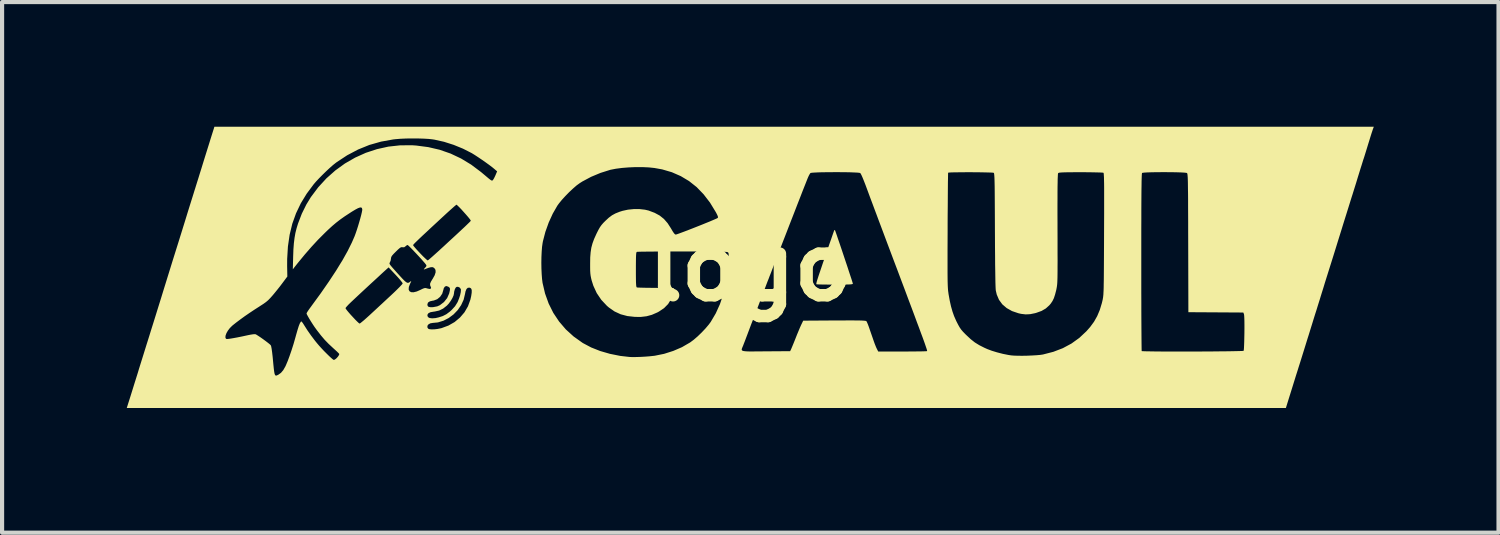
<source format=kicad_pcb>
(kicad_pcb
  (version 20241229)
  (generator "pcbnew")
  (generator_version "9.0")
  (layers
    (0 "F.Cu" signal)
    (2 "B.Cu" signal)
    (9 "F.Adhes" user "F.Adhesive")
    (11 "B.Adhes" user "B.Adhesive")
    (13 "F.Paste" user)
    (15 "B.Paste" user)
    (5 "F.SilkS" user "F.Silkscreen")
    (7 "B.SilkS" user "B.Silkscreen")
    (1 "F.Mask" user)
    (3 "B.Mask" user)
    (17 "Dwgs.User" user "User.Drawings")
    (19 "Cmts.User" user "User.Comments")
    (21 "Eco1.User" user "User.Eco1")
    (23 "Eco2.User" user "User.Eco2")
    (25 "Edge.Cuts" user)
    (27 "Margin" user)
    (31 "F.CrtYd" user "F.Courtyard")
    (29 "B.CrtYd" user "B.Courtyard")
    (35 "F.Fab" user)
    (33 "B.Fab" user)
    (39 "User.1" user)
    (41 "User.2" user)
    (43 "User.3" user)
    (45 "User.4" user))
  (footprint "logo"
    (layer "F.Cu")
    (at 15.002 3.376)
    (property "Reference" "logo" (at 0 0 0) (layer "F.SilkS") (effects (font (size 1.5 1.5) (thickness 0.3))))
    (attr board_only exclude_from_pos_files exclude_from_bom)
    (fp_poly (pts (xy 2.045 -0.873) (xy 2.06 -0.831) (xy 2.083 -0.766) (xy 2.111 -0.682) (xy 2.145 -0.584) (xy 2.182 -0.475) (xy 2.221 -0.359) (xy 2.261 -0.239) (xy 2.301 -0.119) (xy 2.34 -0.003) (xy 2.375 0.105) (xy 2.407 0.202) (xy 2.434 0.283) (xy 2.454 0.346) (xy 2.466 0.386) (xy 2.47 0.4) (xy 2.465 0.407) (xy 2.45 0.412) (xy 2.42 0.416) (xy 2.374 0.419) (xy 2.306 0.42) (xy 2.216 0.422) (xy 2.099 0.422) (xy 2.035 0.422) (xy 1.921 0.422) (xy 1.818 0.421) (xy 1.729 0.42) (xy 1.659 0.418) (xy 1.612 0.416) (xy 1.591 0.414) (xy 1.591 0.413) (xy 1.591 0.395) (xy 1.599 0.357) (xy 1.611 0.316) (xy 1.627 0.266) (xy 1.65 0.195) (xy 1.68 0.107) (xy 1.714 0.006) (xy 1.751 -0.104) (xy 1.791 -0.219) (xy 1.831 -0.336) (xy 1.87 -0.451) (xy 1.908 -0.561) (xy 1.943 -0.66) (xy 1.973 -0.747) (xy 1.997 -0.816) (xy 2.014 -0.864) (xy 2.023 -0.887) (xy 2.024 -0.888) (xy 2.038 -0.89)) (stroke (width 0) (type solid)) (fill yes) (layer "F.SilkS"))
    (fp_poly (pts (xy 14.983 -3.318) (xy 14.972 -3.284) (xy 14.953 -3.227) (xy 14.929 -3.151) (xy 14.902 -3.063) (xy 14.873 -2.97) (xy 14.844 -2.875) (xy 14.817 -2.787) (xy 14.793 -2.71) (xy 14.775 -2.652) (xy 14.764 -2.618) (xy 14.752 -2.584) (xy 14.734 -2.525) (xy 14.71 -2.448) (xy 14.682 -2.36) (xy 14.653 -2.266) (xy 14.618 -2.153) (xy 14.578 -2.021) (xy 14.535 -1.884) (xy 14.494 -1.752) (xy 14.466 -1.665) (xy 14.434 -1.562) (xy 14.395 -1.437) (xy 14.352 -1.299) (xy 14.307 -1.156) (xy 14.263 -1.015) (xy 14.232 -0.914) (xy 14.143 -0.629) (xy 14.062 -0.367) (xy 13.985 -0.121) (xy 13.911 0.114) (xy 13.856 0.289) (xy 13.827 0.381) (xy 13.799 0.474) (xy 13.773 0.558) (xy 13.752 0.624) (xy 13.747 0.641) (xy 13.73 0.695) (xy 13.707 0.772) (xy 13.678 0.863) (xy 13.648 0.96) (xy 13.626 1.032) (xy 13.596 1.125) (xy 13.56 1.24) (xy 13.52 1.37) (xy 13.478 1.505) (xy 13.437 1.638) (xy 13.411 1.719) (xy 13.37 1.852) (xy 13.325 1.997) (xy 13.279 2.144) (xy 13.235 2.286) (xy 13.195 2.411) (xy 13.177 2.47) (xy 13.138 2.592) (xy 13.096 2.727) (xy 13.053 2.865) (xy 13.013 2.994) (xy 12.98 3.099) (xy 12.889 3.392) (xy -1.057 3.392) (xy -15.002 3.392) (xy -14.919 3.13) (xy -14.891 3.04) (xy -14.856 2.928) (xy -14.817 2.802) (xy -14.775 2.669) (xy -14.734 2.538) (xy -14.709 2.454) (xy -14.672 2.335) (xy -14.635 2.217) (xy -14.6 2.105) (xy -14.569 2.005) (xy -14.544 1.925) (xy -14.529 1.876) (xy -14.5 1.785) (xy -14.471 1.692) (xy -12.629 1.692) (xy -12.616 1.723) (xy -12.605 1.73) (xy -12.579 1.731) (xy -12.525 1.725) (xy -12.446 1.712) (xy -12.347 1.694) (xy -12.228 1.67) (xy -12.094 1.641) (xy -12.086 1.639) (xy -12.018 1.626) (xy -11.959 1.617) (xy -11.918 1.615) (xy -11.906 1.616) (xy -11.881 1.628) (xy -11.837 1.656) (xy -11.781 1.693) (xy -11.719 1.737) (xy -11.658 1.782) (xy -11.603 1.824) (xy -11.56 1.859) (xy -11.537 1.881) (xy -11.527 1.908) (xy -11.516 1.966) (xy -11.504 2.052) (xy -11.491 2.165) (xy -11.487 2.208) (xy -11.475 2.335) (xy -11.465 2.434) (xy -11.456 2.507) (xy -11.447 2.559) (xy -11.436 2.592) (xy -11.424 2.608) (xy -11.407 2.612) (xy -11.387 2.606) (xy -11.36 2.593) (xy -11.351 2.588) (xy -11.291 2.545) (xy -11.236 2.48) (xy -11.184 2.389) (xy -11.171 2.36) (xy -11.13 2.263) (xy -11.085 2.142) (xy -11.037 2.003) (xy -10.989 1.852) (xy -10.944 1.695) (xy -10.927 1.633) (xy -10.892 1.511) (xy -10.863 1.419) (xy -10.837 1.354) (xy -10.814 1.317) (xy -10.804 1.307) (xy -10.791 1.316) (xy -10.767 1.346) (xy -10.737 1.393) (xy -10.725 1.412) (xy -10.655 1.522) (xy -10.569 1.645) (xy -10.473 1.772) (xy -10.425 1.831) (xy -10.375 1.89) (xy -10.317 1.954) (xy -10.255 2.02) (xy -10.192 2.083) (xy -10.133 2.141) (xy -10.082 2.188) (xy -10.043 2.221) (xy -10.02 2.235) (xy -10.018 2.235) (xy -9.992 2.224) (xy -9.958 2.197) (xy -9.925 2.161) (xy -9.9 2.125) (xy -9.888 2.097) (xy -9.89 2.089) (xy -9.906 2.071) (xy -9.94 2.037) (xy -9.988 1.993) (xy -10.043 1.943) (xy -10.147 1.846) (xy -10.24 1.75) (xy -10.329 1.645) (xy -10.424 1.523) (xy -10.43 1.515) (xy -10.474 1.454) (xy -10.478 1.449) (xy -7.769 1.449) (xy -7.75 1.482) (xy -7.719 1.495) (xy -7.666 1.5) (xy -7.597 1.498) (xy -7.521 1.489) (xy -7.444 1.473) (xy -7.427 1.469) (xy -7.262 1.408) (xy -7.113 1.323) (xy -6.984 1.215) (xy -6.876 1.089) (xy -6.792 0.945) (xy -6.734 0.786) (xy -6.714 0.698) (xy -6.702 0.617) (xy -6.701 0.561) (xy -6.71 0.525) (xy -6.731 0.504) (xy -6.752 0.496) (xy -6.794 0.498) (xy -6.827 0.528) (xy -6.851 0.587) (xy -6.863 0.649) (xy -6.896 0.786) (xy -6.956 0.916) (xy -7.038 1.035) (xy -7.139 1.14) (xy -7.255 1.226) (xy -7.381 1.291) (xy -7.515 1.332) (xy -7.639 1.344) (xy -7.697 1.354) (xy -7.741 1.378) (xy -7.766 1.411) (xy -7.769 1.449) (xy -10.478 1.449) (xy -10.521 1.385) (xy -10.567 1.313) (xy -10.609 1.245) (xy -10.643 1.186) (xy -10.667 1.141) (xy -10.676 1.115) (xy -10.676 1.115) (xy -10.667 1.096) (xy -10.643 1.057) (xy -10.607 1.005) (xy -10.596 0.99) (xy -9.738 0.99) (xy -9.728 1.009) (xy -9.7 1.046) (xy -9.66 1.094) (xy -9.611 1.15) (xy -9.558 1.207) (xy -9.507 1.262) (xy -9.46 1.309) (xy -9.424 1.343) (xy -9.402 1.359) (xy -9.399 1.36) (xy -9.381 1.35) (xy -9.345 1.321) (xy -9.293 1.278) (xy -9.231 1.223) (xy -9.168 1.166) (xy -7.768 1.166) (xy -7.755 1.203) (xy -7.716 1.226) (xy -7.654 1.234) (xy -7.573 1.228) (xy -7.498 1.211) (xy -7.398 1.179) (xy -7.312 1.135) (xy -7.229 1.073) (xy -7.181 1.029) (xy -7.102 0.942) (xy -7.045 0.85) (xy -7.036 0.831) (xy -7.005 0.753) (xy -6.98 0.675) (xy -6.965 0.604) (xy -6.961 0.549) (xy -6.964 0.529) (xy -6.99 0.494) (xy -7.031 0.475) (xy -7.065 0.477) (xy -7.089 0.498) (xy -7.11 0.541) (xy -7.124 0.594) (xy -7.128 0.633) (xy -7.138 0.682) (xy -7.165 0.744) (xy -7.205 0.812) (xy -7.252 0.877) (xy -7.298 0.927) (xy -7.389 0.999) (xy -7.484 1.046) (xy -7.591 1.07) (xy -7.615 1.073) (xy -7.692 1.086) (xy -7.741 1.109) (xy -7.765 1.143) (xy -7.768 1.166) (xy -9.168 1.166) (xy -9.161 1.16) (xy -9.155 1.154) (xy -9.075 1.08) (xy -8.98 0.992) (xy -8.879 0.898) (xy -7.768 0.898) (xy -7.762 0.936) (xy -7.738 0.958) (xy -7.692 0.966) (xy -7.632 0.965) (xy -7.531 0.946) (xy -7.468 0.918) (xy -7.369 0.842) (xy -7.293 0.747) (xy -7.244 0.636) (xy -7.228 0.567) (xy -7.224 0.525) (xy -7.232 0.499) (xy -7.256 0.478) (xy -7.259 0.476) (xy -7.307 0.457) (xy -7.345 0.468) (xy -7.373 0.507) (xy -7.384 0.55) (xy -7.411 0.641) (xy -7.462 0.716) (xy -7.531 0.773) (xy -7.613 0.805) (xy -7.64 0.809) (xy -7.709 0.825) (xy -7.753 0.854) (xy -7.768 0.896) (xy -7.768 0.898) (xy -8.879 0.898) (xy -8.876 0.896) (xy -8.771 0.798) (xy -8.673 0.707) (xy -8.648 0.684) (xy -8.569 0.61) (xy -8.499 0.542) (xy -8.44 0.483) (xy -8.396 0.436) (xy -8.369 0.405) (xy -8.363 0.393) (xy -8.373 0.373) (xy -8.402 0.336) (xy -8.444 0.285) (xy -8.498 0.225) (xy -8.532 0.188) (xy -8.701 0.008) (xy -8.779 0.078) (xy -8.822 0.117) (xy -8.883 0.173) (xy -8.959 0.244) (xy -9.046 0.324) (xy -9.14 0.41) (xy -9.236 0.499) (xy -9.331 0.587) (xy -9.42 0.67) (xy -9.5 0.745) (xy -9.566 0.807) (xy -9.615 0.853) (xy -9.617 0.855) (xy -9.667 0.904) (xy -9.706 0.946) (xy -9.732 0.977) (xy -9.738 0.99) (xy -10.596 0.99) (xy -10.562 0.944) (xy -10.558 0.938) (xy -10.336 0.634) (xy -10.139 0.35) (xy -9.965 0.086) (xy -9.861 -0.084) (xy -8.68 -0.084) (xy -8.671 -0.063) (xy -8.648 -0.032) (xy -8.608 0.015) (xy -8.584 0.042) (xy -8.493 0.144) (xy -8.42 0.224) (xy -8.363 0.286) (xy -8.319 0.33) (xy -8.285 0.359) (xy -8.259 0.375) (xy -8.238 0.38) (xy -8.22 0.377) (xy -8.201 0.366) (xy -8.181 0.351) (xy -8.162 0.339) (xy -8.157 0.34) (xy -8.165 0.361) (xy -8.184 0.4) (xy -8.214 0.478) (xy -8.219 0.538) (xy -8.2 0.581) (xy -8.16 0.604) (xy -8.101 0.607) (xy -8.024 0.588) (xy -7.942 0.552) (xy -7.886 0.524) (xy -7.848 0.509) (xy -7.819 0.504) (xy -7.791 0.509) (xy -7.768 0.516) (xy -7.716 0.527) (xy -7.686 0.52) (xy -7.68 0.495) (xy -7.689 0.472) (xy -7.703 0.435) (xy -7.702 0.397) (xy -7.683 0.352) (xy -7.647 0.292) (xy -7.642 0.285) (xy -7.593 0.198) (xy -7.57 0.126) (xy -7.573 0.068) (xy -7.595 0.033) (xy -7.62 0.012) (xy -7.648 0.002) (xy -7.685 0.004) (xy -7.736 0.017) (xy -7.808 0.043) (xy -7.839 0.055) (xy -7.854 0.059) (xy -7.85 0.047) (xy -7.825 0.019) (xy -7.798 -0.013) (xy -7.79 -0.034) (xy -7.799 -0.055) (xy -7.804 -0.062) (xy -7.828 -0.093) (xy -7.836 -0.102) (xy -5.026 -0.102) (xy -5.024 0.038) (xy -5.018 0.17) (xy -5.009 0.287) (xy -4.997 0.38) (xy -4.937 0.636) (xy -4.85 0.878) (xy -4.738 1.103) (xy -4.599 1.311) (xy -4.437 1.5) (xy -4.25 1.67) (xy -4.041 1.819) (xy -4.022 1.831) (xy -3.828 1.934) (xy -3.611 2.02) (xy -3.376 2.088) (xy -3.127 2.138) (xy -2.907 2.163) (xy -2.839 2.166) (xy -2.747 2.165) (xy -2.643 2.162) (xy -2.533 2.156) (xy -2.428 2.148) (xy -2.335 2.138) (xy -2.298 2.134) (xy -2.072 2.088) (xy -1.852 2.018) (xy -1.761 1.979) (xy -0.205 1.979) (xy -0.203 1.997) (xy -0.19 2.011) (xy -0.164 2.02) (xy -0.122 2.026) (xy -0.06 2.03) (xy 0.022 2.031) (xy 0.129 2.03) (xy 0.263 2.029) (xy 0.378 2.028) (xy 0.96 2.024) (xy 0.98 1.985) (xy 0.992 1.957) (xy 1.013 1.907) (xy 1.041 1.839) (xy 1.073 1.76) (xy 1.092 1.712) (xy 1.127 1.623) (xy 1.163 1.537) (xy 1.195 1.46) (xy 1.221 1.402) (xy 1.23 1.383) (xy 1.275 1.29) (xy 2.026 1.285) (xy 2.203 1.285) (xy 2.35 1.284) (xy 2.471 1.284) (xy 2.569 1.285) (xy 2.645 1.286) (xy 2.703 1.288) (xy 2.744 1.291) (xy 2.772 1.294) (xy 2.789 1.299) (xy 2.797 1.304) (xy 2.809 1.327) (xy 2.829 1.373) (xy 2.852 1.434) (xy 2.868 1.48) (xy 2.912 1.607) (xy 2.947 1.708) (xy 2.974 1.786) (xy 2.996 1.847) (xy 3.014 1.892) (xy 3.028 1.927) (xy 3.041 1.955) (xy 3.047 1.968) (xy 3.08 2.032) (xy 3.663 2.032) (xy 3.795 2.032) (xy 3.917 2.031) (xy 4.026 2.03) (xy 4.117 2.029) (xy 4.188 2.027) (xy 4.235 2.025) (xy 4.255 2.023) (xy 4.255 2.023) (xy 4.256 2.019) (xy 4.256 2.01) (xy 4.252 1.994) (xy 4.245 1.97) (xy 4.234 1.937) (xy 4.219 1.893) (xy 4.2 1.837) (xy 4.175 1.767) (xy 4.144 1.682) (xy 4.106 1.581) (xy 4.062 1.461) (xy 4.01 1.323) (xy 3.951 1.163) (xy 3.883 0.981) (xy 3.805 0.775) (xy 3.719 0.544) (xy 3.622 0.287) (xy 3.532 0.047) (xy 3.478 -0.095) (xy 4.748 -0.095) (xy 4.748 0.042) (xy 4.748 0.159) (xy 4.749 0.258) (xy 4.75 0.341) (xy 4.752 0.41) (xy 4.754 0.467) (xy 4.757 0.515) (xy 4.76 0.556) (xy 4.764 0.591) (xy 4.769 0.624) (xy 4.772 0.649) (xy 4.801 0.81) (xy 4.832 0.948) (xy 4.866 1.068) (xy 4.905 1.179) (xy 4.952 1.286) (xy 4.965 1.313) (xy 5.005 1.391) (xy 5.039 1.451) (xy 5.074 1.502) (xy 5.117 1.553) (xy 5.174 1.612) (xy 5.204 1.641) (xy 5.306 1.736) (xy 5.405 1.814) (xy 5.512 1.88) (xy 5.635 1.942) (xy 5.706 1.974) (xy 5.813 2.014) (xy 5.941 2.053) (xy 6.077 2.088) (xy 6.211 2.115) (xy 6.276 2.125) (xy 6.346 2.131) (xy 6.438 2.134) (xy 6.546 2.135) (xy 6.661 2.133) (xy 6.776 2.128) (xy 6.883 2.122) (xy 6.975 2.114) (xy 7.043 2.104) (xy 7.047 2.103) (xy 7.295 2.039) (xy 7.522 1.952) (xy 7.729 1.841) (xy 7.918 1.705) (xy 8.089 1.545) (xy 8.179 1.443) (xy 8.273 1.315) (xy 8.349 1.18) (xy 8.411 1.033) (xy 8.462 0.865) (xy 8.476 0.805) (xy 8.482 0.78) (xy 8.486 0.755) (xy 8.491 0.728) (xy 8.494 0.697) (xy 8.498 0.66) (xy 8.5 0.613) (xy 8.503 0.557) (xy 8.505 0.488) (xy 8.506 0.405) (xy 8.508 0.305) (xy 8.509 0.186) (xy 8.51 0.046) (xy 8.511 -0.116) (xy 8.511 -0.117) (xy 9.41 -0.117) (xy 9.41 0.139) (xy 9.41 0.386) (xy 9.41 0.622) (xy 9.411 0.846) (xy 9.411 1.056) (xy 9.412 1.251) (xy 9.413 1.427) (xy 9.414 1.585) (xy 9.415 1.721) (xy 9.416 1.834) (xy 9.417 1.922) (xy 9.418 1.983) (xy 9.419 2.016) (xy 9.42 2.022) (xy 9.438 2.024) (xy 9.484 2.026) (xy 9.555 2.028) (xy 9.649 2.029) (xy 9.762 2.031) (xy 9.892 2.032) (xy 10.036 2.032) (xy 10.191 2.033) (xy 10.353 2.033) (xy 10.521 2.033) (xy 10.69 2.032) (xy 10.859 2.032) (xy 11.025 2.031) (xy 11.184 2.03) (xy 11.333 2.028) (xy 11.47 2.027) (xy 11.591 2.025) (xy 11.695 2.023) (xy 11.777 2.021) (xy 11.836 2.019) (xy 11.867 2.017) (xy 11.872 2.015) (xy 11.877 1.993) (xy 11.881 1.944) (xy 11.884 1.875) (xy 11.887 1.789) (xy 11.889 1.693) (xy 11.891 1.59) (xy 11.892 1.487) (xy 11.892 1.389) (xy 11.891 1.299) (xy 11.889 1.225) (xy 11.886 1.17) (xy 11.882 1.14) (xy 11.882 1.137) (xy 11.865 1.094) (xy 11.204 1.09) (xy 10.543 1.086) (xy 10.539 -0.578) (xy 10.538 -0.843) (xy 10.538 -1.079) (xy 10.537 -1.287) (xy 10.536 -1.469) (xy 10.536 -1.626) (xy 10.535 -1.761) (xy 10.533 -1.876) (xy 10.532 -1.971) (xy 10.531 -2.049) (xy 10.529 -2.112) (xy 10.527 -2.161) (xy 10.524 -2.197) (xy 10.522 -2.224) (xy 10.518 -2.242) (xy 10.515 -2.254) (xy 10.511 -2.261) (xy 10.509 -2.263) (xy 10.486 -2.268) (xy 10.437 -2.273) (xy 10.365 -2.277) (xy 10.277 -2.28) (xy 10.175 -2.282) (xy 10.066 -2.283) (xy 9.952 -2.284) (xy 9.839 -2.283) (xy 9.731 -2.282) (xy 9.633 -2.28) (xy 9.549 -2.277) (xy 9.484 -2.273) (xy 9.442 -2.268) (xy 9.428 -2.263) (xy 9.426 -2.254) (xy 9.423 -2.229) (xy 9.421 -2.189) (xy 9.419 -2.132) (xy 9.417 -2.057) (xy 9.416 -1.962) (xy 9.414 -1.847) (xy 9.413 -1.71) (xy 9.412 -1.55) (xy 9.411 -1.366) (xy 9.411 -1.156) (xy 9.41 -0.92) (xy 9.41 -0.656) (xy 9.41 -0.362) (xy 9.41 -0.117) (xy 8.511 -0.117) (xy 8.512 -0.303) (xy 8.513 -0.517) (xy 8.514 -0.759) (xy 8.514 -0.796) (xy 8.515 -1.05) (xy 8.516 -1.275) (xy 8.516 -1.471) (xy 8.516 -1.642) (xy 8.516 -1.788) (xy 8.516 -1.91) (xy 8.515 -2.012) (xy 8.513 -2.094) (xy 8.512 -2.158) (xy 8.509 -2.206) (xy 8.507 -2.239) (xy 8.504 -2.259) (xy 8.5 -2.268) (xy 8.5 -2.269) (xy 8.48 -2.272) (xy 8.433 -2.275) (xy 8.361 -2.277) (xy 8.27 -2.279) (xy 8.163 -2.281) (xy 8.044 -2.282) (xy 7.954 -2.282) (xy 7.808 -2.282) (xy 7.691 -2.281) (xy 7.599 -2.28) (xy 7.529 -2.278) (xy 7.478 -2.275) (xy 7.444 -2.272) (xy 7.422 -2.267) (xy 7.411 -2.261) (xy 7.41 -2.259) (xy 7.406 -2.248) (xy 7.403 -2.221) (xy 7.401 -2.178) (xy 7.398 -2.117) (xy 7.397 -2.037) (xy 7.395 -1.935) (xy 7.394 -1.81) (xy 7.394 -1.661) (xy 7.393 -1.486) (xy 7.393 -1.284) (xy 7.394 -1.053) (xy 7.394 -0.919) (xy 7.395 -0.686) (xy 7.395 -0.481) (xy 7.395 -0.304) (xy 7.396 -0.151) (xy 7.395 -0.021) (xy 7.395 0.089) (xy 7.394 0.181) (xy 7.393 0.257) (xy 7.391 0.32) (xy 7.389 0.371) (xy 7.386 0.412) (xy 7.382 0.447) (xy 7.378 0.477) (xy 7.373 0.504) (xy 7.368 0.531) (xy 7.363 0.555) (xy 7.335 0.663) (xy 7.307 0.748) (xy 7.273 0.818) (xy 7.231 0.88) (xy 7.198 0.919) (xy 7.113 0.996) (xy 7.01 1.056) (xy 6.885 1.101) (xy 6.853 1.11) (xy 6.734 1.134) (xy 6.627 1.139) (xy 6.517 1.126) (xy 6.452 1.111) (xy 6.299 1.059) (xy 6.171 0.987) (xy 6.066 0.897) (xy 5.986 0.788) (xy 5.932 0.661) (xy 5.909 0.563) (xy 5.906 0.528) (xy 5.903 0.464) (xy 5.9 0.371) (xy 5.898 0.251) (xy 5.896 0.105) (xy 5.893 -0.065) (xy 5.892 -0.258) (xy 5.89 -0.472) (xy 5.889 -0.706) (xy 5.888 -0.896) (xy 5.887 -1.137) (xy 5.886 -1.348) (xy 5.885 -1.532) (xy 5.884 -1.69) (xy 5.883 -1.824) (xy 5.882 -1.936) (xy 5.88 -2.028) (xy 5.878 -2.102) (xy 5.876 -2.16) (xy 5.873 -2.203) (xy 5.87 -2.234) (xy 5.867 -2.253) (xy 5.863 -2.264) (xy 5.861 -2.267) (xy 5.84 -2.271) (xy 5.794 -2.274) (xy 5.725 -2.276) (xy 5.638 -2.278) (xy 5.539 -2.28) (xy 5.43 -2.281) (xy 5.317 -2.282) (xy 5.203 -2.282) (xy 5.094 -2.281) (xy 4.993 -2.28) (xy 4.906 -2.279) (xy 4.835 -2.277) (xy 4.786 -2.274) (xy 4.763 -2.271) (xy 4.762 -2.27) (xy 4.761 -2.253) (xy 4.76 -2.207) (xy 4.759 -2.135) (xy 4.757 -2.037) (xy 4.756 -1.918) (xy 4.755 -1.778) (xy 4.754 -1.621) (xy 4.753 -1.449) (xy 4.751 -1.263) (xy 4.75 -1.067) (xy 4.75 -0.891) (xy 4.749 -0.651) (xy 4.748 -0.439) (xy 4.748 -0.255) (xy 4.748 -0.095) (xy 3.478 -0.095) (xy 3.45 -0.169) (xy 3.371 -0.379) (xy 3.295 -0.581) (xy 3.223 -0.773) (xy 3.156 -0.952) (xy 3.094 -1.116) (xy 3.039 -1.264) (xy 2.99 -1.394) (xy 2.95 -1.502) (xy 2.918 -1.587) (xy 2.895 -1.648) (xy 2.883 -1.68) (xy 2.824 -1.84) (xy 2.775 -1.972) (xy 2.734 -2.077) (xy 2.701 -2.158) (xy 2.676 -2.214) (xy 2.657 -2.249) (xy 2.646 -2.263) (xy 2.623 -2.268) (xy 2.574 -2.273) (xy 2.502 -2.276) (xy 2.411 -2.28) (xy 2.307 -2.282) (xy 2.193 -2.283) (xy 2.074 -2.284) (xy 1.953 -2.283) (xy 1.837 -2.282) (xy 1.728 -2.281) (xy 1.631 -2.278) (xy 1.55 -2.274) (xy 1.49 -2.27) (xy 1.456 -2.265) (xy 1.45 -2.263) (xy 1.432 -2.239) (xy 1.408 -2.195) (xy 1.383 -2.139) (xy 1.378 -2.126) (xy 1.321 -1.982) (xy 1.263 -1.836) (xy 1.203 -1.681) (xy 1.138 -1.515) (xy 1.067 -1.331) (xy 0.987 -1.126) (xy 0.935 -0.993) (xy 0.885 -0.863) (xy 0.837 -0.739) (xy 0.792 -0.624) (xy 0.753 -0.523) (xy 0.72 -0.439) (xy 0.696 -0.376) (xy 0.681 -0.338) (xy 0.68 -0.336) (xy 0.659 -0.282) (xy 0.631 -0.209) (xy 0.601 -0.128) (xy 0.578 -0.07) (xy 0.543 0.022) (xy 0.503 0.127) (xy 0.463 0.228) (xy 0.446 0.274) (xy 0.419 0.341) (xy 0.385 0.43) (xy 0.346 0.534) (xy 0.304 0.645) (xy 0.262 0.756) (xy 0.252 0.782) (xy 0.211 0.89) (xy 0.169 1) (xy 0.13 1.105) (xy 0.094 1.196) (xy 0.067 1.268) (xy 0.061 1.282) (xy 0.027 1.368) (xy -0.011 1.469) (xy -0.049 1.57) (xy -0.07 1.626) (xy -0.1 1.705) (xy -0.129 1.782) (xy -0.155 1.848) (xy -0.17 1.888) (xy -0.186 1.925) (xy -0.198 1.955) (xy -0.205 1.979) (xy -1.761 1.979) (xy -1.643 1.928) (xy -1.455 1.819) (xy -1.445 1.813) (xy -1.359 1.749) (xy -1.264 1.667) (xy -1.168 1.574) (xy -1.077 1.478) (xy -0.999 1.386) (xy -0.951 1.321) (xy -0.829 1.114) (xy -0.728 0.891) (xy -0.647 0.65) (xy -0.586 0.389) (xy -0.543 0.107) (xy -0.522 -0.144) (xy -0.518 -0.231) (xy -0.518 -0.291) (xy -0.522 -0.33) (xy -0.531 -0.351) (xy -0.531 -0.351) (xy -0.538 -0.356) (xy -0.552 -0.36) (xy -0.574 -0.364) (xy -0.608 -0.366) (xy -0.654 -0.369) (xy -0.716 -0.371) (xy -0.796 -0.372) (xy -0.895 -0.373) (xy -1.016 -0.374) (xy -1.161 -0.375) (xy -1.332 -0.375) (xy -1.531 -0.375) (xy -1.626 -0.375) (xy -1.807 -0.375) (xy -1.979 -0.375) (xy -2.14 -0.374) (xy -2.287 -0.373) (xy -2.417 -0.372) (xy -2.527 -0.371) (xy -2.616 -0.37) (xy -2.681 -0.368) (xy -2.718 -0.367) (xy -2.726 -0.366) (xy -2.734 -0.36) (xy -2.74 -0.346) (xy -2.744 -0.321) (xy -2.747 -0.281) (xy -2.749 -0.223) (xy -2.75 -0.143) (xy -2.751 -0.038) (xy -2.751 0.063) (xy -2.751 0.189) (xy -2.75 0.288) (xy -2.749 0.363) (xy -2.746 0.416) (xy -2.743 0.453) (xy -2.738 0.475) (xy -2.732 0.487) (xy -2.726 0.491) (xy -2.705 0.493) (xy -2.656 0.495) (xy -2.585 0.497) (xy -2.495 0.499) (xy -2.392 0.5) (xy -2.278 0.5) (xy -2.274 0.5) (xy -2.161 0.501) (xy -2.06 0.502) (xy -1.972 0.504) (xy -1.904 0.506) (xy -1.858 0.509) (xy -1.839 0.512) (xy -1.839 0.512) (xy -1.836 0.539) (xy -1.843 0.587) (xy -1.859 0.648) (xy -1.88 0.713) (xy -1.906 0.776) (xy -1.907 0.778) (xy -1.976 0.89) (xy -2.074 0.989) (xy -2.198 1.072) (xy -2.235 1.092) (xy -2.366 1.149) (xy -2.495 1.184) (xy -2.632 1.2) (xy -2.774 1.199) (xy -2.956 1.179) (xy -3.118 1.136) (xy -3.265 1.068) (xy -3.4 0.974) (xy -3.448 0.933) (xy -3.584 0.788) (xy -3.693 0.627) (xy -3.775 0.449) (xy -3.816 0.32) (xy -3.83 0.262) (xy -3.84 0.209) (xy -3.847 0.153) (xy -3.851 0.086) (xy -3.852 0.002) (xy -3.852 -0.086) (xy -3.85 -0.233) (xy -3.84 -0.357) (xy -3.823 -0.467) (xy -3.795 -0.571) (xy -3.756 -0.677) (xy -3.703 -0.794) (xy -3.694 -0.813) (xy -3.652 -0.896) (xy -3.616 -0.959) (xy -3.579 -1.011) (xy -3.535 -1.062) (xy -3.487 -1.11) (xy -3.404 -1.187) (xy -3.325 -1.246) (xy -3.242 -1.291) (xy -3.144 -1.33) (xy -3.071 -1.353) (xy -2.942 -1.381) (xy -2.802 -1.395) (xy -2.662 -1.395) (xy -2.531 -1.38) (xy -2.446 -1.36) (xy -2.3 -1.305) (xy -2.178 -1.239) (xy -2.076 -1.157) (xy -1.988 -1.056) (xy -1.908 -0.932) (xy -1.866 -0.86) (xy -1.834 -0.813) (xy -1.81 -0.788) (xy -1.793 -0.782) (xy -1.77 -0.787) (xy -1.724 -0.803) (xy -1.656 -0.828) (xy -1.573 -0.859) (xy -1.477 -0.896) (xy -1.374 -0.936) (xy -1.268 -0.978) (xy -1.162 -1.02) (xy -1.062 -1.061) (xy -0.97 -1.098) (xy -0.893 -1.131) (xy -0.833 -1.157) (xy -0.795 -1.174) (xy -0.784 -1.181) (xy -0.775 -1.195) (xy -0.778 -1.216) (xy -0.792 -1.252) (xy -0.82 -1.307) (xy -0.829 -1.323) (xy -0.968 -1.551) (xy -1.122 -1.751) (xy -1.289 -1.924) (xy -1.472 -2.069) (xy -1.671 -2.188) (xy -1.886 -2.282) (xy -2.118 -2.35) (xy -2.306 -2.384) (xy -2.441 -2.398) (xy -2.595 -2.405) (xy -2.759 -2.405) (xy -2.925 -2.398) (xy -3.086 -2.385) (xy -3.232 -2.366) (xy -3.357 -2.342) (xy -3.372 -2.338) (xy -3.604 -2.265) (xy -3.829 -2.171) (xy -4.039 -2.059) (xy -4.102 -2.019) (xy -4.178 -1.964) (xy -4.264 -1.889) (xy -4.357 -1.802) (xy -4.448 -1.709) (xy -4.532 -1.617) (xy -4.602 -1.531) (xy -4.641 -1.477) (xy -4.752 -1.284) (xy -4.849 -1.071) (xy -4.929 -0.847) (xy -4.988 -0.621) (xy -4.996 -0.578) (xy -5.009 -0.487) (xy -5.018 -0.372) (xy -5.024 -0.241) (xy -5.026 -0.102) (xy -7.836 -0.102) (xy -7.868 -0.139) (xy -7.918 -0.196) (xy -7.975 -0.258) (xy -8.035 -0.323) (xy -8.095 -0.386) (xy -8.149 -0.442) (xy -8.195 -0.488) (xy -8.228 -0.519) (xy -8.239 -0.528) (xy -8.112 -0.528) (xy -8.112 -0.528) (xy -8.102 -0.509) (xy -8.074 -0.475) (xy -8.033 -0.428) (xy -7.983 -0.374) (xy -7.93 -0.318) (xy -7.877 -0.263) (xy -7.828 -0.216) (xy -7.79 -0.181) (xy -7.765 -0.162) (xy -7.759 -0.16) (xy -7.743 -0.171) (xy -7.707 -0.201) (xy -7.654 -0.247) (xy -7.587 -0.307) (xy -7.509 -0.377) (xy -7.423 -0.456) (xy -7.383 -0.492) (xy -7.243 -0.622) (xy -7.124 -0.731) (xy -7.025 -0.823) (xy -6.944 -0.899) (xy -6.878 -0.96) (xy -6.827 -1.009) (xy -6.789 -1.046) (xy -6.761 -1.073) (xy -6.742 -1.092) (xy -6.731 -1.105) (xy -6.726 -1.114) (xy -6.724 -1.118) (xy -6.733 -1.134) (xy -6.759 -1.169) (xy -6.798 -1.216) (xy -6.846 -1.271) (xy -6.898 -1.329) (xy -6.949 -1.386) (xy -6.997 -1.436) (xy -7.036 -1.474) (xy -7.061 -1.497) (xy -7.068 -1.501) (xy -7.083 -1.49) (xy -7.117 -1.462) (xy -7.168 -1.417) (xy -7.233 -1.359) (xy -7.308 -1.291) (xy -7.39 -1.215) (xy -7.398 -1.208) (xy -7.551 -1.066) (xy -7.683 -0.944) (xy -7.794 -0.84) (xy -7.887 -0.754) (xy -7.961 -0.684) (xy -8.019 -0.628) (xy -8.062 -0.586) (xy -8.091 -0.556) (xy -8.107 -0.537) (xy -8.112 -0.528) (xy -8.239 -0.528) (xy -8.244 -0.531) (xy -8.244 -0.531) (xy -8.269 -0.521) (xy -8.293 -0.5) (xy -8.327 -0.476) (xy -8.365 -0.477) (xy -8.388 -0.479) (xy -8.41 -0.473) (xy -8.439 -0.453) (xy -8.479 -0.418) (xy -8.526 -0.372) (xy -8.581 -0.317) (xy -8.616 -0.277) (xy -8.635 -0.247) (xy -8.643 -0.22) (xy -8.644 -0.206) (xy -8.652 -0.157) (xy -8.668 -0.118) (xy -8.678 -0.1) (xy -8.68 -0.084) (xy -9.861 -0.084) (xy -9.814 -0.159) (xy -9.688 -0.384) (xy -9.586 -0.589) (xy -9.519 -0.743) (xy -9.494 -0.811) (xy -9.466 -0.893) (xy -9.437 -0.984) (xy -9.409 -1.078) (xy -9.383 -1.169) (xy -9.361 -1.251) (xy -9.345 -1.32) (xy -9.336 -1.369) (xy -9.335 -1.389) (xy -9.343 -1.419) (xy -9.361 -1.434) (xy -9.391 -1.433) (xy -9.437 -1.417) (xy -9.501 -1.383) (xy -9.586 -1.332) (xy -9.629 -1.304) (xy -9.756 -1.221) (xy -9.864 -1.145) (xy -9.962 -1.069) (xy -10.059 -0.987) (xy -10.163 -0.892) (xy -10.236 -0.821) (xy -10.399 -0.658) (xy -10.558 -0.486) (xy -10.718 -0.302) (xy -10.885 -0.099) (xy -10.974 0.013) (xy -11.006 0.055) (xy -10.998 -0.25) (xy -10.992 -0.422) (xy -10.981 -0.57) (xy -10.965 -0.7) (xy -10.944 -0.82) (xy -10.915 -0.935) (xy -10.881 -1.046) (xy -10.789 -1.286) (xy -10.68 -1.506) (xy -10.572 -1.683) (xy -10.395 -1.919) (xy -10.198 -2.134) (xy -9.983 -2.325) (xy -9.752 -2.492) (xy -9.507 -2.633) (xy -9.25 -2.749) (xy -8.982 -2.837) (xy -8.707 -2.898) (xy -8.425 -2.929) (xy -8.138 -2.931) (xy -8.037 -2.924) (xy -7.747 -2.886) (xy -7.472 -2.822) (xy -7.21 -2.731) (xy -6.958 -2.612) (xy -6.714 -2.464) (xy -6.477 -2.286) (xy -6.427 -2.244) (xy -6.353 -2.182) (xy -6.3 -2.137) (xy -6.262 -2.107) (xy -6.238 -2.09) (xy -6.221 -2.082) (xy -6.21 -2.081) (xy -6.202 -2.083) (xy -6.186 -2.101) (xy -6.163 -2.139) (xy -6.138 -2.191) (xy -6.135 -2.197) (xy -6.09 -2.303) (xy -6.16 -2.363) (xy -6.21 -2.404) (xy -6.28 -2.457) (xy -6.363 -2.517) (xy -6.453 -2.58) (xy -6.542 -2.64) (xy -6.624 -2.694) (xy -6.692 -2.736) (xy -6.702 -2.742) (xy -6.91 -2.848) (xy -7.135 -2.94) (xy -7.367 -3.014) (xy -7.595 -3.065) (xy -7.639 -3.072) (xy -7.736 -3.083) (xy -7.856 -3.09) (xy -7.992 -3.094) (xy -8.135 -3.095) (xy -8.279 -3.093) (xy -8.415 -3.087) (xy -8.536 -3.077) (xy -8.59 -3.071) (xy -8.884 -3.018) (xy -9.165 -2.938) (xy -9.436 -2.828) (xy -9.698 -2.69) (xy -9.953 -2.522) (xy -9.978 -2.503) (xy -10.041 -2.453) (xy -10.118 -2.385) (xy -10.203 -2.306) (xy -10.29 -2.221) (xy -10.374 -2.136) (xy -10.447 -2.058) (xy -10.503 -1.993) (xy -10.672 -1.766) (xy -10.814 -1.534) (xy -10.929 -1.293) (xy -11.019 -1.042) (xy -11.083 -0.777) (xy -11.124 -0.495) (xy -11.142 -0.196) (xy -11.143 -0.023) (xy -11.138 0.228) (xy -11.254 0.383) (xy -11.315 0.464) (xy -11.386 0.553) (xy -11.456 0.639) (xy -11.494 0.684) (xy -11.55 0.747) (xy -11.6 0.798) (xy -11.651 0.841) (xy -11.712 0.885) (xy -11.791 0.936) (xy -11.812 0.95) (xy -11.926 1.023) (xy -12.045 1.102) (xy -12.163 1.183) (xy -12.273 1.263) (xy -12.37 1.336) (xy -12.448 1.398) (xy -12.466 1.413) (xy -12.522 1.469) (xy -12.568 1.529) (xy -12.603 1.59) (xy -12.624 1.647) (xy -12.629 1.692) (xy -14.471 1.692) (xy -14.463 1.667) (xy -14.419 1.524) (xy -14.367 1.359) (xy -14.309 1.173) (xy -14.246 0.97) (xy -14.178 0.752) (xy -14.107 0.521) (xy -14.052 0.344) (xy -13.895 -0.163) (xy -13.75 -0.625) (xy -13.721 -0.719) (xy -13.685 -0.834) (xy -13.645 -0.963) (xy -13.603 -1.098) (xy -13.562 -1.231) (xy -13.537 -1.313) (xy -13.5 -1.432) (xy -13.463 -1.55) (xy -13.428 -1.662) (xy -13.397 -1.761) (xy -13.372 -1.842) (xy -13.356 -1.891) (xy -13.338 -1.95) (xy -13.312 -2.033) (xy -13.28 -2.135) (xy -13.245 -2.248) (xy -13.207 -2.369) (xy -13.17 -2.49) (xy -13.169 -2.493) (xy -13.13 -2.619) (xy -13.09 -2.747) (xy -13.051 -2.872) (xy -13.015 -2.987) (xy -12.985 -3.084) (xy -12.963 -3.154) (xy -12.893 -3.376) (xy 1.056 -3.376) (xy 15.005 -3.376)) (stroke (width 0) (type solid)) (fill yes) (layer "F.SilkS")))
  (gr_rect
    (start -3 -3)
    (end 33.008 9.768)
    (stroke (width 0.1) (type default))
    (fill no)
    (layer "Edge.Cuts")))
</source>
